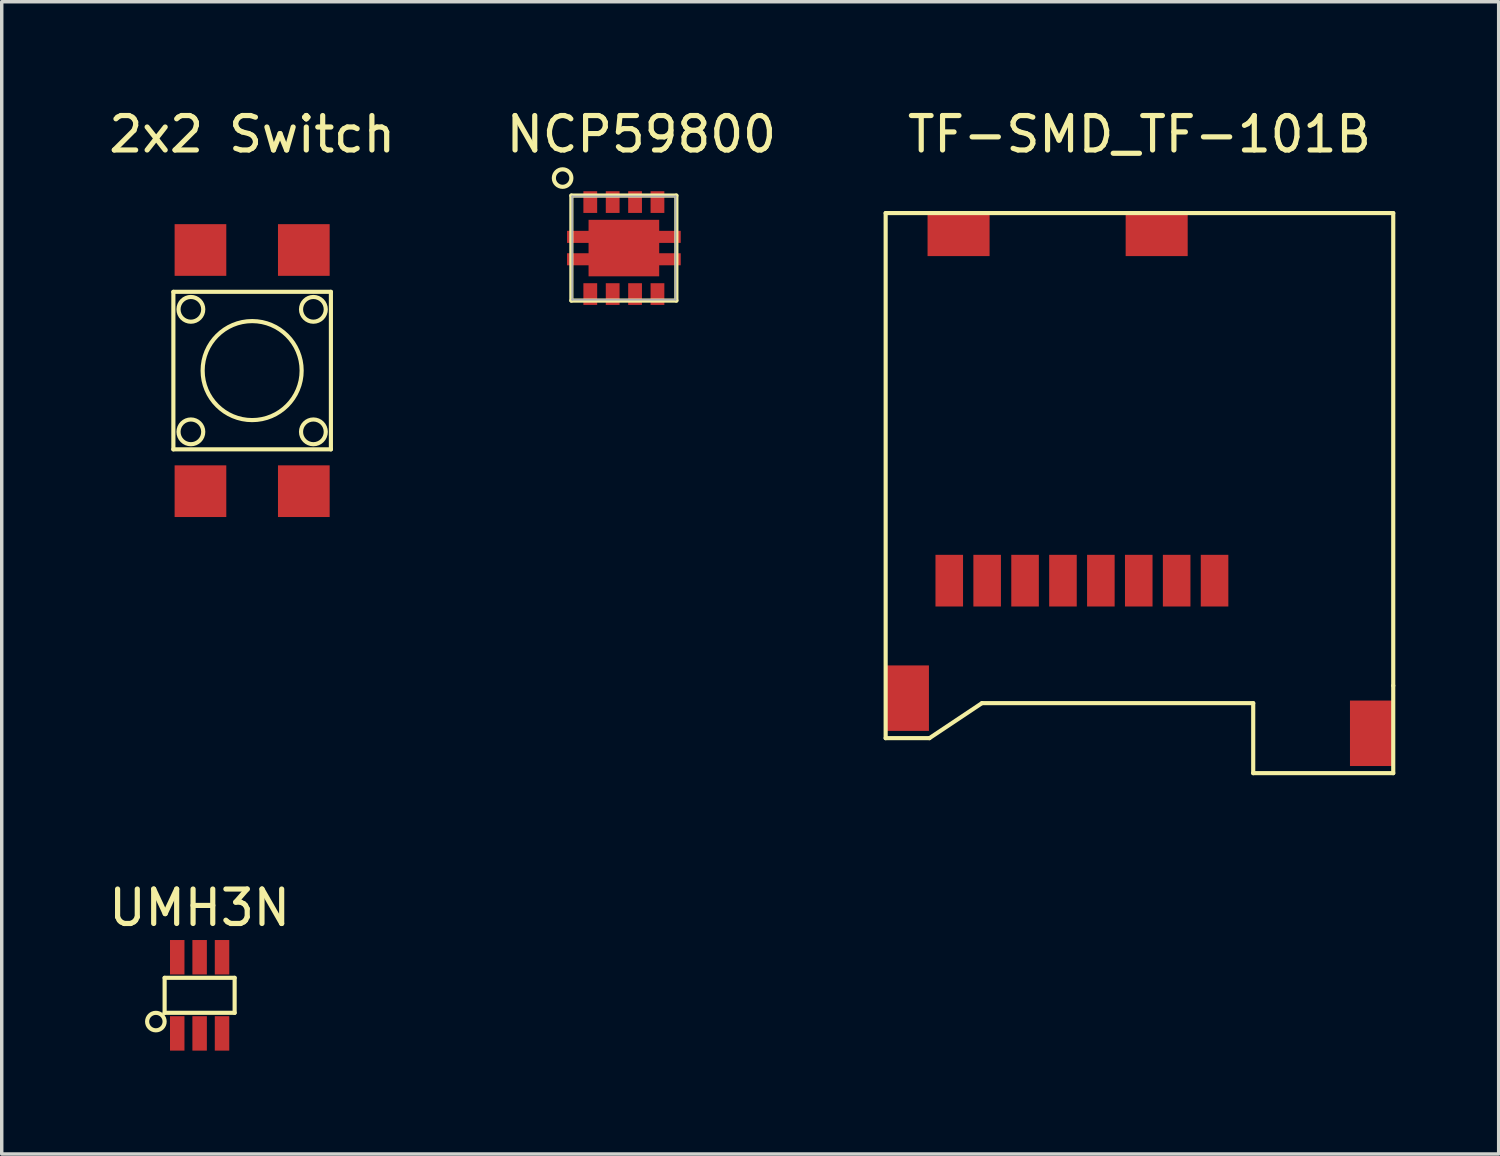
<source format=kicad_pcb>
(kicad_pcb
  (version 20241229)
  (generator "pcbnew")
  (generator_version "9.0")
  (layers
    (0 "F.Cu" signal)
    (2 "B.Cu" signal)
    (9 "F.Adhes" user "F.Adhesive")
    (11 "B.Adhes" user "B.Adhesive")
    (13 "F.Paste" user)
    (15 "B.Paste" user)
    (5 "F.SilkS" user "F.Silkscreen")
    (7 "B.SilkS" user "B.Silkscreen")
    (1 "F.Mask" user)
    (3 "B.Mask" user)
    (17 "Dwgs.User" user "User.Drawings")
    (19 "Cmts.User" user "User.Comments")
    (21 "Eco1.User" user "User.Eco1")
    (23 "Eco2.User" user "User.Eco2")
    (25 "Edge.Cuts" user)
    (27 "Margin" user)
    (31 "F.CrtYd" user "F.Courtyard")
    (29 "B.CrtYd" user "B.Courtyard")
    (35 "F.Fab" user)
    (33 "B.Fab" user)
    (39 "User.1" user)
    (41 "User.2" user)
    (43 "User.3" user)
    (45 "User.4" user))
  (footprint "TF-SMD_TF-101B"
    (layer "F.Cu")
    (at 30.021 11.008)
    (property "Reference" "TF-SMD_TF-101B" (at 0 -10.16 0) (layer "F.SilkS") (effects (font (size 1 1) (thickness 0.15))))
    (attr through_hole)
    (fp_line (start -7.366 -7.874) (end 7.366 -7.874) (stroke (width 0.12) (type solid)) (layer "F.SilkS"))
    (fp_line (start -7.366 7.366) (end -7.366 -7.874) (stroke (width 0.12) (type solid)) (layer "F.SilkS"))
    (fp_line (start -6.096 7.366) (end -7.366 7.366) (stroke (width 0.12) (type solid)) (layer "F.SilkS"))
    (fp_line (start -4.572 6.35) (end -6.096 7.366) (stroke (width 0.12) (type solid)) (layer "F.SilkS"))
    (fp_line (start 3.302 6.35) (end -4.572 6.35) (stroke (width 0.12) (type solid)) (layer "F.SilkS"))
    (fp_line (start 3.302 8.382) (end 3.302 6.35) (stroke (width 0.12) (type solid)) (layer "F.SilkS"))
    (fp_line (start 7.366 -7.874) (end 7.366 5.842) (stroke (width 0.12) (type solid)) (layer "F.SilkS"))
    (fp_line (start 7.366 5.842) (end 7.366 8.382) (stroke (width 0.12) (type solid)) (layer "F.SilkS"))
    (fp_line (start 7.366 8.382) (end 3.302 8.382) (stroke (width 0.12) (type solid)) (layer "F.SilkS"))
    (pad "1" smd rect (at 2.18 2.795) (size 0.8 1.5) (layers "F.Cu" "F.Mask" "F.Paste"))
    (pad "2" smd rect (at 1.08 2.795) (size 0.8 1.5) (layers "F.Cu" "F.Mask" "F.Paste"))
    (pad "3" smd rect (at -0.02 2.795) (size 0.8 1.5) (layers "F.Cu" "F.Mask" "F.Paste"))
    (pad "4" smd rect (at -1.12 2.795) (size 0.8 1.5) (layers "F.Cu" "F.Mask" "F.Paste"))
    (pad "5" smd rect (at -2.22 2.795) (size 0.8 1.5) (layers "F.Cu" "F.Mask" "F.Paste"))
    (pad "6" smd rect (at -3.32 2.795) (size 0.8 1.5) (layers "F.Cu" "F.Mask" "F.Paste"))
    (pad "7" smd rect (at -4.42 2.795) (size 0.8 1.5) (layers "F.Cu" "F.Mask" "F.Paste"))
    (pad "8" smd rect (at -5.52 2.795) (size 0.8 1.5) (layers "F.Cu" "F.Mask" "F.Paste"))
    (pad "9" smd rect (at -5.25 -7.225 180) (size 1.8 1.2) (layers "F.Cu" "F.Mask" "F.Paste"))
    (pad "10" smd rect (at 0.5 -7.225 180) (size 1.8 1.2) (layers "F.Cu" "F.Mask" "F.Paste"))
    (pad "11" smd rect (at 6.76 7.225 180) (size 1.3 1.9) (layers "F.Cu" "F.Mask" "F.Paste"))
    (pad "12" smd rect (at -6.76 6.205 180) (size 1.3 1.9) (layers "F.Cu" "F.Mask" "F.Paste")))
  (footprint "2x2 Switch"
    (layer "F.Cu")
    (at 4.268 7.706)
    (property "Reference" "2x2 Switch" (at 0 -6.858 0) (layer "F.SilkS") (effects (font (size 1 1) (thickness 0.15))))
    (attr through_hole)
    (fp_line (start -2.286 -2.286) (end 2.286 -2.286) (stroke (width 0.12) (type solid)) (layer "F.SilkS"))
    (fp_line (start -2.286 2.286) (end -2.286 -2.286) (stroke (width 0.12) (type solid)) (layer "F.SilkS"))
    (fp_line (start -2.286 2.286) (end 2.286 2.286) (stroke (width 0.12) (type solid)) (layer "F.SilkS"))
    (fp_line (start 2.286 -2.286) (end 2.286 2.286) (stroke (width 0.12) (type solid)) (layer "F.SilkS"))
    (fp_circle (center -1.778 -1.778) (end -2.032 -2.032) (stroke (width 0.12) (type solid)) (fill no) (layer "F.SilkS"))
    (fp_circle (center -1.778 1.778) (end -1.524 1.524) (stroke (width 0.12) (type solid)) (fill no) (layer "F.SilkS"))
    (fp_circle (center 0 0) (end 1.016 -1.016) (stroke (width 0.12) (type solid)) (fill no) (layer "F.SilkS"))
    (fp_circle (center 1.778 -1.778) (end 2.032 -2.032) (stroke (width 0.12) (type solid)) (fill no) (layer "F.SilkS"))
    (fp_circle (center 1.778 1.778) (end 1.524 1.524) (stroke (width 0.12) (type solid)) (fill no) (layer "F.SilkS"))
    (pad "1" smd rect (at 1.5 -3.5) (size 1.5 1.5) (layers "F.Cu" "F.Mask" "F.Paste"))
    (pad "2" smd rect (at 1.5 3.5) (size 1.5 1.5) (layers "F.Cu" "F.Mask" "F.Paste"))
    (pad "3" smd rect (at -1.5 -3.5) (size 1.5 1.5) (layers "F.Cu" "F.Mask" "F.Paste"))
    (pad "4" smd rect (at -1.5 3.5) (size 1.5 1.5) (layers "F.Cu" "F.Mask" "F.Paste")))
  (footprint "NCP59800"
    (layer "F.Cu")
    (at 15.057 4.15)
    (property "Reference" "NCP59800" (at 0.508 -3.302 0) (layer "F.SilkS") (effects (font (size 1 1) (thickness 0.15))))
    (attr through_hole)
    (fp_line (start -1.524 -1.524) (end -1.524 1.524) (stroke (width 0.12) (type solid)) (layer "F.SilkS"))
    (fp_line (start -1.524 1.524) (end 1.524 1.524) (stroke (width 0.12) (type solid)) (layer "F.SilkS"))
    (fp_line (start 1.524 -1.524) (end -1.524 -1.524) (stroke (width 0.12) (type solid)) (layer "F.SilkS"))
    (fp_line (start 1.524 1.524) (end 1.524 -1.524) (stroke (width 0.12) (type solid)) (layer "F.SilkS"))
    (fp_circle (center -1.778 -2.032) (end -1.524 -2.032) (stroke (width 0.12) (type solid)) (fill no) (layer "F.SilkS"))
    (fp_line (start -1.5 -1.5) (end 1.5 -1.5) (stroke (width 0.05) (type solid)) (layer "F.Fab"))
    (fp_line (start -1.5 1.5) (end -1.5 -1.5) (stroke (width 0.05) (type solid)) (layer "F.Fab"))
    (fp_line (start -1.5 1.5) (end 1.5 1.5) (stroke (width 0.05) (type solid)) (layer "F.Fab"))
    (fp_line (start 1.5 1.5) (end 1.5 -1.5) (stroke (width 0.05) (type solid)) (layer "F.Fab"))
    (pad "1" smd rect (at -0.975 -1.335) (size 0.4 0.63) (layers "F.Cu" "F.Mask" "F.Paste"))
    (pad "2" smd rect (at -0.325 -1.335) (size 0.4 0.63) (layers "F.Cu" "F.Mask" "F.Paste"))
    (pad "3" smd rect (at 0.325 -1.335) (size 0.4 0.63) (layers "F.Cu" "F.Mask" "F.Paste"))
    (pad "4" smd rect (at 0.975 -1.335) (size 0.4 0.63) (layers "F.Cu" "F.Mask" "F.Paste"))
    (pad "5" smd rect (at 0.975 1.335) (size 0.4 0.63) (layers "F.Cu" "F.Mask" "F.Paste"))
    (pad "6" smd rect (at 0.325 1.335) (size 0.4 0.63) (layers "F.Cu" "F.Mask" "F.Paste"))
    (pad "7" smd rect (at -0.325 1.335) (size 0.4 0.63) (layers "F.Cu" "F.Mask" "F.Paste"))
    (pad "8" smd rect (at -0.975 1.335) (size 0.4 0.63) (layers "F.Cu" "F.Mask" "F.Paste"))
    (pad "9" smd custom (at 0 0) (size 0.4 0.63) (layers "F.Cu" "F.Mask" "F.Paste") (options (anchor rect)) (primitives (gr_poly (pts (xy -1.025 -0.82) (xy 1.025 -0.82) (xy 1.025 -0.5) (xy 1.65 -0.5) (xy 1.65 -0.15) (xy 1.025 -0.15) (xy 1.025 0.15) (xy 1.65 0.15) (xy 1.65 0.5) (xy 1.025 0.5) (xy 1.025 0.82) (xy -1.025 0.82) (xy -1.025 0.5) (xy -1.65 0.5) (xy -1.65 0.15) (xy -1.025 0.15) (xy -1.025 -0.15) (xy -1.65 -0.15) (xy -1.65 -0.5) (xy -1.025 -0.5)) (width 0) (fill yes)))))
  (footprint "UMH3N"
    (layer "F.Cu")
    (at 2.744 25.838)
    (property "Reference" "UMH3N" (at 0 -2.54 0) (layer "F.SilkS") (effects (font (size 1 1) (thickness 0.15))))
    (attr through_hole)
    (fp_line (start -1.016 -0.508) (end 1.016 -0.508) (stroke (width 0.12) (type solid)) (layer "F.SilkS"))
    (fp_line (start -1.016 0.508) (end -1.016 -0.508) (stroke (width 0.12) (type solid)) (layer "F.SilkS"))
    (fp_line (start 1.016 -0.508) (end 1.016 0.508) (stroke (width 0.12) (type solid)) (layer "F.SilkS"))
    (fp_line (start 1.016 0.508) (end -1.016 0.508) (stroke (width 0.12) (type solid)) (layer "F.SilkS"))
    (fp_circle (center -1.27 0.762) (end -1.27 1.016) (stroke (width 0.12) (type solid)) (fill no) (layer "F.SilkS"))
    (pad "1" smd rect (at -0.65 1.105 180) (size 0.42 1) (layers "F.Cu" "F.Mask" "F.Paste"))
    (pad "2" smd rect (at 0 1.105 180) (size 0.42 1) (layers "F.Cu" "F.Mask" "F.Paste"))
    (pad "3" smd rect (at 0.65 1.105 180) (size 0.42 1) (layers "F.Cu" "F.Mask" "F.Paste"))
    (pad "4" smd rect (at 0.65 -1.105 180) (size 0.42 1) (layers "F.Cu" "F.Mask" "F.Paste"))
    (pad "5" smd rect (at 0 -1.105 180) (size 0.42 1) (layers "F.Cu" "F.Mask" "F.Paste"))
    (pad "6" smd rect (at -0.65 -1.105 180) (size 0.42 1) (layers "F.Cu" "F.Mask" "F.Paste")))
  (gr_rect
    (start -3 -3)
    (end 40.447 30.444)
    (stroke (width 0.1) (type default))
    (fill no)
    (layer "Edge.Cuts")))
</source>
